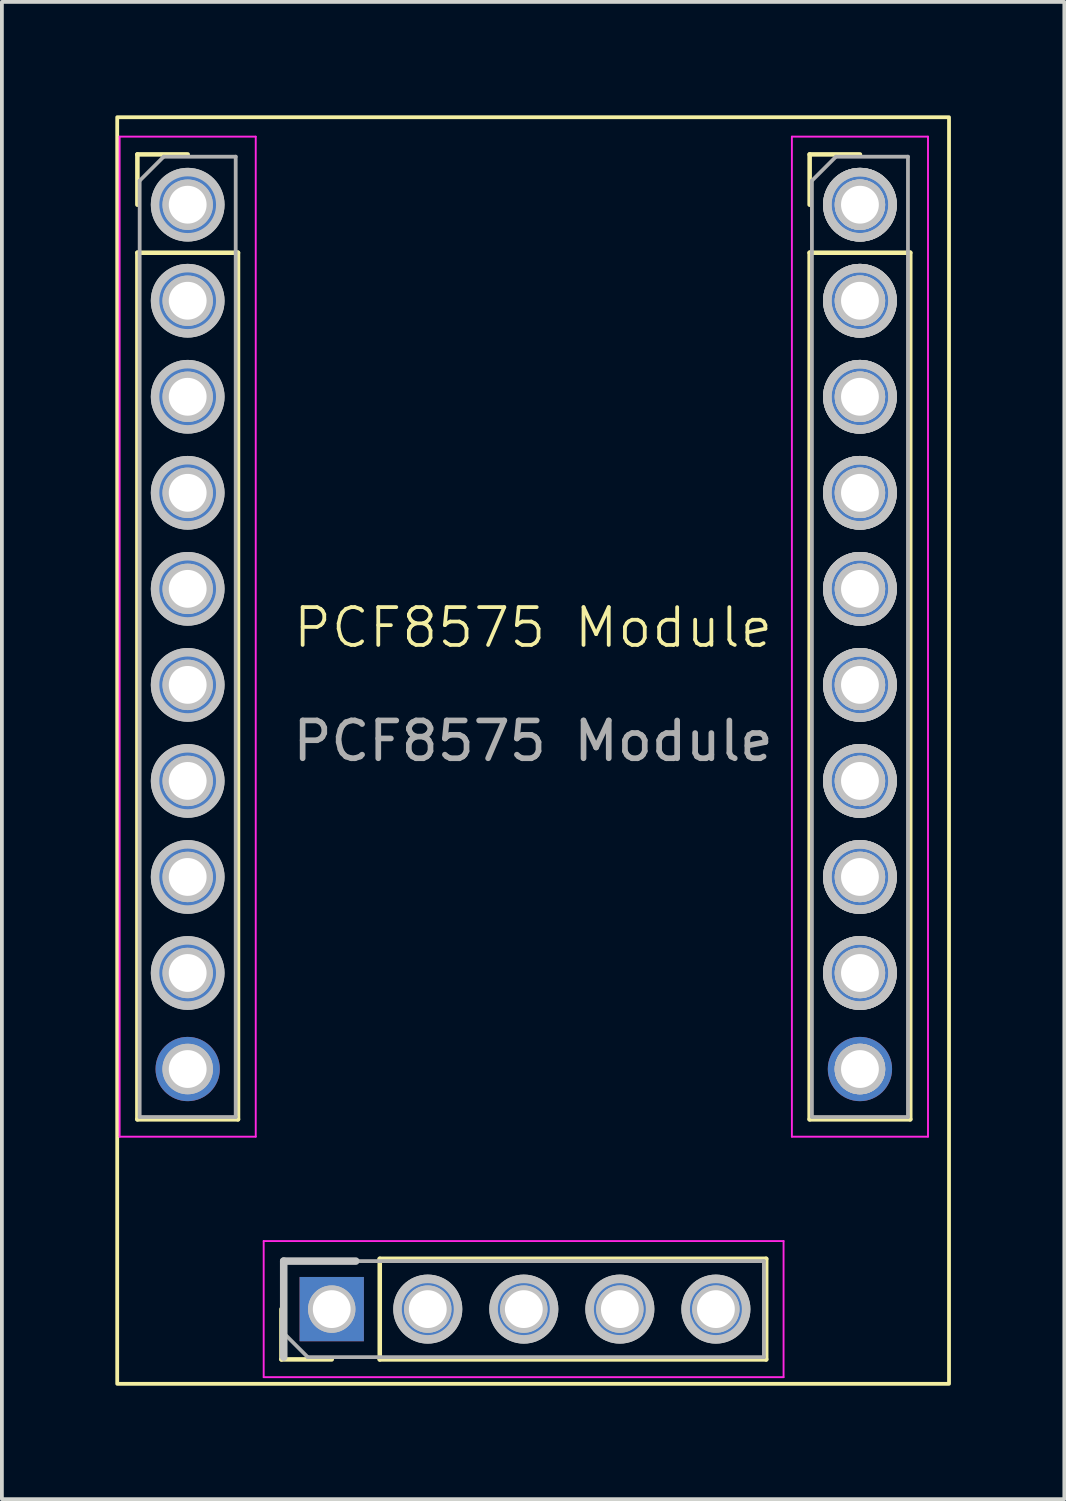
<source format=kicad_pcb>
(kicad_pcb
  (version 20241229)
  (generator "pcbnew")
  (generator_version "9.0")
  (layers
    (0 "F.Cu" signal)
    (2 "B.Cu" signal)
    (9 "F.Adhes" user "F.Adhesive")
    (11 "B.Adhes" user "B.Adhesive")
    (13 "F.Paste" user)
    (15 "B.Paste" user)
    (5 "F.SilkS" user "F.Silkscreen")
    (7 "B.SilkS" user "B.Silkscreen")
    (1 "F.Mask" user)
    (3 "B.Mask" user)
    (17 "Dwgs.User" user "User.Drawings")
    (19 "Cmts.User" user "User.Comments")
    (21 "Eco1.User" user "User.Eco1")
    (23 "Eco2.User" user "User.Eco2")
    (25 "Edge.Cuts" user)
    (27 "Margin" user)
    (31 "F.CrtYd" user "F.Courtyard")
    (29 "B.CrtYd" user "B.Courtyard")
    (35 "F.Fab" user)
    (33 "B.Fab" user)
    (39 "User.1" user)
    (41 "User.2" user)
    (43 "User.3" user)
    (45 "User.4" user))
  (footprint "PCF8575 Module"
    (layer "F.Cu")
    (at 11.05 14.05)
    (property "Reference" "PCF8575 Module" (at 0 -0.5 0) (unlocked yes) (layer "F.SilkS") (effects (font (size 1 1) (thickness 0.1))))
    (attr through_hole)
    (fp_line (start -10.466 -13.016) (end -9.136 -13.016) (stroke (width 0.12) (type solid)) (layer "F.SilkS"))
    (fp_line (start -10.466 -11.686) (end -10.466 -13.016) (stroke (width 0.12) (type solid)) (layer "F.SilkS"))
    (fp_line (start -10.466 -10.416) (end -10.466 12.504) (stroke (width 0.12) (type solid)) (layer "F.SilkS"))
    (fp_line (start -10.466 -10.416) (end -7.806 -10.416) (stroke (width 0.12) (type solid)) (layer "F.SilkS"))
    (fp_line (start -10.466 12.504) (end -7.806 12.504) (stroke (width 0.12) (type solid)) (layer "F.SilkS"))
    (fp_line (start -7.806 -10.416) (end -7.806 12.504) (stroke (width 0.12) (type solid)) (layer "F.SilkS"))
    (fp_line (start -6.656 18.854) (end -6.656 17.524) (stroke (width 0.12) (type solid)) (layer "F.SilkS"))
    (fp_line (start -5.326 18.854) (end -6.656 18.854) (stroke (width 0.12) (type solid)) (layer "F.SilkS"))
    (fp_line (start -4.056 16.194) (end 6.164 16.194) (stroke (width 0.12) (type solid)) (layer "F.SilkS"))
    (fp_line (start -4.056 18.854) (end -4.056 16.194) (stroke (width 0.12) (type solid)) (layer "F.SilkS"))
    (fp_line (start -4.056 18.854) (end 6.164 18.854) (stroke (width 0.12) (type solid)) (layer "F.SilkS"))
    (fp_line (start 6.164 18.854) (end 6.164 16.194) (stroke (width 0.12) (type solid)) (layer "F.SilkS"))
    (fp_line (start 7.314 -13.016) (end 8.644 -13.016) (stroke (width 0.12) (type solid)) (layer "F.SilkS"))
    (fp_line (start 7.314 -11.686) (end 7.314 -13.016) (stroke (width 0.12) (type solid)) (layer "F.SilkS"))
    (fp_line (start 7.314 -10.416) (end 7.314 12.504) (stroke (width 0.12) (type solid)) (layer "F.SilkS"))
    (fp_line (start 7.314 -10.416) (end 9.974 -10.416) (stroke (width 0.12) (type solid)) (layer "F.SilkS"))
    (fp_line (start 7.314 12.504) (end 9.974 12.504) (stroke (width 0.12) (type solid)) (layer "F.SilkS"))
    (fp_line (start 9.974 -10.416) (end 9.974 12.504) (stroke (width 0.12) (type solid)) (layer "F.SilkS"))
    (fp_rect (start -11 -14) (end 11 19.5) (stroke (width 0.1) (type default)) (fill no) (layer "F.SilkS"))
    (fp_line (start -6.596 16.254) (end -6.596 18.794) (stroke (width 0.2) (type default)) (layer "Dwgs.User"))
    (fp_line (start -4.691 16.254) (end -6.596 16.254) (stroke (width 0.2) (type default)) (layer "Dwgs.User"))
    (fp_circle (center -9.136 -11.686) (end -8.586 -11.686) (stroke (width 0.2) (type default)) (fill no) (layer "Dwgs.User"))
    (fp_circle (center -9.136 -11.686) (end -8.57 -11.686) (stroke (width 0.2) (type default)) (fill no) (layer "Dwgs.User"))
    (fp_circle (center -9.136 -11.686) (end -8.57 -11.686) (stroke (width 0.2) (type default)) (fill no) (layer "Dwgs.User"))
    (fp_circle (center -9.136 -9.146) (end -8.586 -9.146) (stroke (width 0.2) (type default)) (fill no) (layer "Dwgs.User"))
    (fp_circle (center -9.136 -9.146) (end -8.57 -9.146) (stroke (width 0.2) (type default)) (fill no) (layer "Dwgs.User"))
    (fp_circle (center -9.136 -9.146) (end -8.57 -9.146) (stroke (width 0.2) (type default)) (fill no) (layer "Dwgs.User"))
    (fp_circle (center -9.136 -6.606) (end -8.586 -6.606) (stroke (width 0.2) (type default)) (fill no) (layer "Dwgs.User"))
    (fp_circle (center -9.136 -6.606) (end -8.57 -6.606) (stroke (width 0.2) (type default)) (fill no) (layer "Dwgs.User"))
    (fp_circle (center -9.136 -6.606) (end -8.57 -6.606) (stroke (width 0.2) (type default)) (fill no) (layer "Dwgs.User"))
    (fp_circle (center -9.136 -4.066) (end -8.586 -4.066) (stroke (width 0.2) (type default)) (fill no) (layer "Dwgs.User"))
    (fp_circle (center -9.136 -4.066) (end -8.57 -4.066) (stroke (width 0.2) (type default)) (fill no) (layer "Dwgs.User"))
    (fp_circle (center -9.136 -4.066) (end -8.57 -4.066) (stroke (width 0.2) (type default)) (fill no) (layer "Dwgs.User"))
    (fp_circle (center -9.136 -1.526) (end -8.586 -1.526) (stroke (width 0.2) (type default)) (fill no) (layer "Dwgs.User"))
    (fp_circle (center -9.136 -1.526) (end -8.57 -1.526) (stroke (width 0.2) (type default)) (fill no) (layer "Dwgs.User"))
    (fp_circle (center -9.136 -1.526) (end -8.57 -1.526) (stroke (width 0.2) (type default)) (fill no) (layer "Dwgs.User"))
    (fp_circle (center -9.136 1.014) (end -8.586 1.014) (stroke (width 0.2) (type default)) (fill no) (layer "Dwgs.User"))
    (fp_circle (center -9.136 1.014) (end -8.57 1.014) (stroke (width 0.2) (type default)) (fill no) (layer "Dwgs.User"))
    (fp_circle (center -9.136 1.014) (end -8.57 1.014) (stroke (width 0.2) (type default)) (fill no) (layer "Dwgs.User"))
    (fp_circle (center -9.136 3.554) (end -8.586 3.554) (stroke (width 0.2) (type default)) (fill no) (layer "Dwgs.User"))
    (fp_circle (center -9.136 3.554) (end -8.57 3.554) (stroke (width 0.2) (type default)) (fill no) (layer "Dwgs.User"))
    (fp_circle (center -9.136 3.554) (end -8.57 3.554) (stroke (width 0.2) (type default)) (fill no) (layer "Dwgs.User"))
    (fp_circle (center -9.136 6.094) (end -8.586 6.094) (stroke (width 0.2) (type default)) (fill no) (layer "Dwgs.User"))
    (fp_circle (center -9.136 6.094) (end -8.57 6.094) (stroke (width 0.2) (type default)) (fill no) (layer "Dwgs.User"))
    (fp_circle (center -9.136 6.094) (end -8.57 6.094) (stroke (width 0.2) (type default)) (fill no) (layer "Dwgs.User"))
    (fp_circle (center -9.136 8.634) (end -8.586 8.634) (stroke (width 0.2) (type default)) (fill no) (layer "Dwgs.User"))
    (fp_circle (center -9.136 8.634) (end -8.57 8.634) (stroke (width 0.2) (type default)) (fill no) (layer "Dwgs.User"))
    (fp_circle (center -9.136 8.634) (end -8.57 8.634) (stroke (width 0.2) (type default)) (fill no) (layer "Dwgs.User"))
    (fp_circle (center -9.136 11.174) (end -8.586 11.174) (stroke (width 0.2) (type default)) (fill no) (layer "Dwgs.User"))
    (fp_circle (center -9.136 11.174) (end -8.568 11.174) (stroke (width 0.2) (type default)) (fill no) (layer "Dwgs.User"))
    (fp_circle (center -9.136 11.174) (end -8.568 11.174) (stroke (width 0.2) (type default)) (fill no) (layer "Dwgs.User"))
    (fp_circle (center -9.136 -11.686) (end -8.286 -11.686) (stroke (width 0.2) (type default)) (fill no) (layer "Dwgs.User"))
    (fp_circle (center -9.136 -11.686) (end -8.261 -11.686) (stroke (width 0.2) (type default)) (fill no) (layer "Dwgs.User"))
    (fp_circle (center -9.136 -11.686) (end -8.261 -11.686) (stroke (width 0.2) (type default)) (fill no) (layer "Dwgs.User"))
    (fp_circle (center -9.136 -9.146) (end -8.286 -9.146) (stroke (width 0.2) (type default)) (fill no) (layer "Dwgs.User"))
    (fp_circle (center -9.136 -9.146) (end -8.261 -9.146) (stroke (width 0.2) (type default)) (fill no) (layer "Dwgs.User"))
    (fp_circle (center -9.136 -9.146) (end -8.261 -9.146) (stroke (width 0.2) (type default)) (fill no) (layer "Dwgs.User"))
    (fp_circle (center -9.136 -6.606) (end -8.286 -6.606) (stroke (width 0.2) (type default)) (fill no) (layer "Dwgs.User"))
    (fp_circle (center -9.136 -6.606) (end -8.261 -6.606) (stroke (width 0.2) (type default)) (fill no) (layer "Dwgs.User"))
    (fp_circle (center -9.136 -6.606) (end -8.261 -6.606) (stroke (width 0.2) (type default)) (fill no) (layer "Dwgs.User"))
    (fp_circle (center -9.136 -4.066) (end -8.286 -4.066) (stroke (width 0.2) (type default)) (fill no) (layer "Dwgs.User"))
    (fp_circle (center -9.136 -4.066) (end -8.261 -4.066) (stroke (width 0.2) (type default)) (fill no) (layer "Dwgs.User"))
    (fp_circle (center -9.136 -4.066) (end -8.261 -4.066) (stroke (width 0.2) (type default)) (fill no) (layer "Dwgs.User"))
    (fp_circle (center -9.136 -1.526) (end -8.286 -1.526) (stroke (width 0.2) (type default)) (fill no) (layer "Dwgs.User"))
    (fp_circle (center -9.136 -1.526) (end -8.261 -1.526) (stroke (width 0.2) (type default)) (fill no) (layer "Dwgs.User"))
    (fp_circle (center -9.136 -1.526) (end -8.261 -1.526) (stroke (width 0.2) (type default)) (fill no) (layer "Dwgs.User"))
    (fp_circle (center -9.136 1.014) (end -8.286 1.014) (stroke (width 0.2) (type default)) (fill no) (layer "Dwgs.User"))
    (fp_circle (center -9.136 1.014) (end -8.261 1.014) (stroke (width 0.2) (type default)) (fill no) (layer "Dwgs.User"))
    (fp_circle (center -9.136 1.014) (end -8.261 1.014) (stroke (width 0.2) (type default)) (fill no) (layer "Dwgs.User"))
    (fp_circle (center -9.136 3.554) (end -8.286 3.554) (stroke (width 0.2) (type default)) (fill no) (layer "Dwgs.User"))
    (fp_circle (center -9.136 3.554) (end -8.261 3.554) (stroke (width 0.2) (type default)) (fill no) (layer "Dwgs.User"))
    (fp_circle (center -9.136 3.554) (end -8.261 3.554) (stroke (width 0.2) (type default)) (fill no) (layer "Dwgs.User"))
    (fp_circle (center -9.136 6.094) (end -8.286 6.094) (stroke (width 0.2) (type default)) (fill no) (layer "Dwgs.User"))
    (fp_circle (center -9.136 6.094) (end -8.261 6.094) (stroke (width 0.2) (type default)) (fill no) (layer "Dwgs.User"))
    (fp_circle (center -9.136 6.094) (end -8.261 6.094) (stroke (width 0.2) (type default)) (fill no) (layer "Dwgs.User"))
    (fp_circle (center -9.136 8.634) (end -8.286 8.634) (stroke (width 0.2) (type default)) (fill no) (layer "Dwgs.User"))
    (fp_circle (center -9.136 8.634) (end -8.261 8.634) (stroke (width 0.2) (type default)) (fill no) (layer "Dwgs.User"))
    (fp_circle (center -9.136 8.634) (end -8.261 8.634) (stroke (width 0.2) (type default)) (fill no) (layer "Dwgs.User"))
    (fp_circle (center -5.326 17.524) (end -4.816 17.524) (stroke (width 0.2) (type default)) (fill no) (layer "Dwgs.User"))
    (fp_circle (center -5.326 17.524) (end -4.8 17.524) (stroke (width 0.2) (type default)) (fill no) (layer "Dwgs.User"))
    (fp_circle (center -5.326 17.524) (end -4.8 17.524) (stroke (width 0.2) (type default)) (fill no) (layer "Dwgs.User"))
    (fp_circle (center -2.786 17.524) (end -2.276 17.524) (stroke (width 0.2) (type default)) (fill no) (layer "Dwgs.User"))
    (fp_circle (center -2.786 17.524) (end -2.26 17.524) (stroke (width 0.2) (type default)) (fill no) (layer "Dwgs.User"))
    (fp_circle (center -2.786 17.524) (end -2.26 17.524) (stroke (width 0.2) (type default)) (fill no) (layer "Dwgs.User"))
    (fp_circle (center -2.786 17.524) (end -1.999 17.524) (stroke (width 0.2) (type default)) (fill no) (layer "Dwgs.User"))
    (fp_circle (center -2.786 17.524) (end -1.973 17.524) (stroke (width 0.2) (type default)) (fill no) (layer "Dwgs.User"))
    (fp_circle (center -2.786 17.524) (end -1.973 17.524) (stroke (width 0.2) (type default)) (fill no) (layer "Dwgs.User"))
    (fp_circle (center -0.246 17.524) (end 0.264 17.524) (stroke (width 0.2) (type default)) (fill no) (layer "Dwgs.User"))
    (fp_circle (center -0.246 17.524) (end 0.28 17.524) (stroke (width 0.2) (type default)) (fill no) (layer "Dwgs.User"))
    (fp_circle (center -0.246 17.524) (end 0.28 17.524) (stroke (width 0.2) (type default)) (fill no) (layer "Dwgs.User"))
    (fp_circle (center -0.246 17.524) (end 0.541 17.524) (stroke (width 0.2) (type default)) (fill no) (layer "Dwgs.User"))
    (fp_circle (center -0.246 17.524) (end 0.567 17.524) (stroke (width 0.2) (type default)) (fill no) (layer "Dwgs.User"))
    (fp_circle (center -0.246 17.524) (end 0.567 17.524) (stroke (width 0.2) (type default)) (fill no) (layer "Dwgs.User"))
    (fp_circle (center 2.294 17.524) (end 2.804 17.524) (stroke (width 0.2) (type default)) (fill no) (layer "Dwgs.User"))
    (fp_circle (center 2.294 17.524) (end 2.82 17.524) (stroke (width 0.2) (type default)) (fill no) (layer "Dwgs.User"))
    (fp_circle (center 2.294 17.524) (end 2.82 17.524) (stroke (width 0.2) (type default)) (fill no) (layer "Dwgs.User"))
    (fp_circle (center 2.294 17.524) (end 3.081 17.524) (stroke (width 0.2) (type default)) (fill no) (layer "Dwgs.User"))
    (fp_circle (center 2.294 17.524) (end 3.107 17.524) (stroke (width 0.2) (type default)) (fill no) (layer "Dwgs.User"))
    (fp_circle (center 2.294 17.524) (end 3.107 17.524) (stroke (width 0.2) (type default)) (fill no) (layer "Dwgs.User"))
    (fp_circle (center 4.834 17.524) (end 5.344 17.524) (stroke (width 0.2) (type default)) (fill no) (layer "Dwgs.User"))
    (fp_circle (center 4.834 17.524) (end 5.36 17.524) (stroke (width 0.2) (type default)) (fill no) (layer "Dwgs.User"))
    (fp_circle (center 4.834 17.524) (end 5.36 17.524) (stroke (width 0.2) (type default)) (fill no) (layer "Dwgs.User"))
    (fp_circle (center 4.834 17.524) (end 5.621 17.524) (stroke (width 0.2) (type default)) (fill no) (layer "Dwgs.User"))
    (fp_circle (center 4.834 17.524) (end 5.647 17.524) (stroke (width 0.2) (type default)) (fill no) (layer "Dwgs.User"))
    (fp_circle (center 4.834 17.524) (end 5.647 17.524) (stroke (width 0.2) (type default)) (fill no) (layer "Dwgs.User"))
    (fp_circle (center 8.644 -11.686) (end 9.194 -11.686) (stroke (width 0.2) (type default)) (fill no) (layer "Dwgs.User"))
    (fp_circle (center 8.644 -11.686) (end 9.194 -11.686) (stroke (width 0.2) (type default)) (fill no) (layer "Dwgs.User"))
    (fp_circle (center 8.644 -11.686) (end 9.21 -11.686) (stroke (width 0.2) (type default)) (fill no) (layer "Dwgs.User"))
    (fp_circle (center 8.644 -11.686) (end 9.21 -11.686) (stroke (width 0.2) (type default)) (fill no) (layer "Dwgs.User"))
    (fp_circle (center 8.644 -11.686) (end 9.21 -11.686) (stroke (width 0.2) (type default)) (fill no) (layer "Dwgs.User"))
    (fp_circle (center 8.644 -11.686) (end 9.21 -11.686) (stroke (width 0.2) (type default)) (fill no) (layer "Dwgs.User"))
    (fp_circle (center 8.644 -9.146) (end 9.194 -9.146) (stroke (width 0.2) (type default)) (fill no) (layer "Dwgs.User"))
    (fp_circle (center 8.644 -9.146) (end 9.194 -9.146) (stroke (width 0.2) (type default)) (fill no) (layer "Dwgs.User"))
    (fp_circle (center 8.644 -9.146) (end 9.21 -9.146) (stroke (width 0.2) (type default)) (fill no) (layer "Dwgs.User"))
    (fp_circle (center 8.644 -9.146) (end 9.21 -9.146) (stroke (width 0.2) (type default)) (fill no) (layer "Dwgs.User"))
    (fp_circle (center 8.644 -9.146) (end 9.21 -9.146) (stroke (width 0.2) (type default)) (fill no) (layer "Dwgs.User"))
    (fp_circle (center 8.644 -9.146) (end 9.21 -9.146) (stroke (width 0.2) (type default)) (fill no) (layer "Dwgs.User"))
    (fp_circle (center 8.644 -6.606) (end 9.194 -6.606) (stroke (width 0.2) (type default)) (fill no) (layer "Dwgs.User"))
    (fp_circle (center 8.644 -6.606) (end 9.194 -6.606) (stroke (width 0.2) (type default)) (fill no) (layer "Dwgs.User"))
    (fp_circle (center 8.644 -6.606) (end 9.21 -6.606) (stroke (width 0.2) (type default)) (fill no) (layer "Dwgs.User"))
    (fp_circle (center 8.644 -6.606) (end 9.21 -6.606) (stroke (width 0.2) (type default)) (fill no) (layer "Dwgs.User"))
    (fp_circle (center 8.644 -6.606) (end 9.21 -6.606) (stroke (width 0.2) (type default)) (fill no) (layer "Dwgs.User"))
    (fp_circle (center 8.644 -6.606) (end 9.21 -6.606) (stroke (width 0.2) (type default)) (fill no) (layer "Dwgs.User"))
    (fp_circle (center 8.644 -4.066) (end 9.194 -4.066) (stroke (width 0.2) (type default)) (fill no) (layer "Dwgs.User"))
    (fp_circle (center 8.644 -4.066) (end 9.194 -4.066) (stroke (width 0.2) (type default)) (fill no) (layer "Dwgs.User"))
    (fp_circle (center 8.644 -4.066) (end 9.21 -4.066) (stroke (width 0.2) (type default)) (fill no) (layer "Dwgs.User"))
    (fp_circle (center 8.644 -4.066) (end 9.21 -4.066) (stroke (width 0.2) (type default)) (fill no) (layer "Dwgs.User"))
    (fp_circle (center 8.644 -4.066) (end 9.21 -4.066) (stroke (width 0.2) (type default)) (fill no) (layer "Dwgs.User"))
    (fp_circle (center 8.644 -4.066) (end 9.21 -4.066) (stroke (width 0.2) (type default)) (fill no) (layer "Dwgs.User"))
    (fp_circle (center 8.644 -1.526) (end 9.194 -1.526) (stroke (width 0.2) (type default)) (fill no) (layer "Dwgs.User"))
    (fp_circle (center 8.644 -1.526) (end 9.194 -1.526) (stroke (width 0.2) (type default)) (fill no) (layer "Dwgs.User"))
    (fp_circle (center 8.644 -1.526) (end 9.21 -1.526) (stroke (width 0.2) (type default)) (fill no) (layer "Dwgs.User"))
    (fp_circle (center 8.644 -1.526) (end 9.21 -1.526) (stroke (width 0.2) (type default)) (fill no) (layer "Dwgs.User"))
    (fp_circle (center 8.644 -1.526) (end 9.21 -1.526) (stroke (width 0.2) (type default)) (fill no) (layer "Dwgs.User"))
    (fp_circle (center 8.644 -1.526) (end 9.21 -1.526) (stroke (width 0.2) (type default)) (fill no) (layer "Dwgs.User"))
    (fp_circle (center 8.644 1.014) (end 9.194 1.014) (stroke (width 0.2) (type default)) (fill no) (layer "Dwgs.User"))
    (fp_circle (center 8.644 1.014) (end 9.194 1.014) (stroke (width 0.2) (type default)) (fill no) (layer "Dwgs.User"))
    (fp_circle (center 8.644 1.014) (end 9.21 1.014) (stroke (width 0.2) (type default)) (fill no) (layer "Dwgs.User"))
    (fp_circle (center 8.644 1.014) (end 9.21 1.014) (stroke (width 0.2) (type default)) (fill no) (layer "Dwgs.User"))
    (fp_circle (center 8.644 1.014) (end 9.21 1.014) (stroke (width 0.2) (type default)) (fill no) (layer "Dwgs.User"))
    (fp_circle (center 8.644 1.014) (end 9.21 1.014) (stroke (width 0.2) (type default)) (fill no) (layer "Dwgs.User"))
    (fp_circle (center 8.644 3.554) (end 9.194 3.554) (stroke (width 0.2) (type default)) (fill no) (layer "Dwgs.User"))
    (fp_circle (center 8.644 3.554) (end 9.194 3.554) (stroke (width 0.2) (type default)) (fill no) (layer "Dwgs.User"))
    (fp_circle (center 8.644 3.554) (end 9.21 3.554) (stroke (width 0.2) (type default)) (fill no) (layer "Dwgs.User"))
    (fp_circle (center 8.644 3.554) (end 9.21 3.554) (stroke (width 0.2) (type default)) (fill no) (layer "Dwgs.User"))
    (fp_circle (center 8.644 3.554) (end 9.21 3.554) (stroke (width 0.2) (type default)) (fill no) (layer "Dwgs.User"))
    (fp_circle (center 8.644 3.554) (end 9.21 3.554) (stroke (width 0.2) (type default)) (fill no) (layer "Dwgs.User"))
    (fp_circle (center 8.644 6.094) (end 9.194 6.094) (stroke (width 0.2) (type default)) (fill no) (layer "Dwgs.User"))
    (fp_circle (center 8.644 6.094) (end 9.194 6.094) (stroke (width 0.2) (type default)) (fill no) (layer "Dwgs.User"))
    (fp_circle (center 8.644 6.094) (end 9.21 6.094) (stroke (width 0.2) (type default)) (fill no) (layer "Dwgs.User"))
    (fp_circle (center 8.644 6.094) (end 9.21 6.094) (stroke (width 0.2) (type default)) (fill no) (layer "Dwgs.User"))
    (fp_circle (center 8.644 6.094) (end 9.21 6.094) (stroke (width 0.2) (type default)) (fill no) (layer "Dwgs.User"))
    (fp_circle (center 8.644 6.094) (end 9.21 6.094) (stroke (width 0.2) (type default)) (fill no) (layer "Dwgs.User"))
    (fp_circle (center 8.644 8.634) (end 9.194 8.634) (stroke (width 0.2) (type default)) (fill no) (layer "Dwgs.User"))
    (fp_circle (center 8.644 8.634) (end 9.194 8.634) (stroke (width 0.2) (type default)) (fill no) (layer "Dwgs.User"))
    (fp_circle (center 8.644 8.634) (end 9.21 8.634) (stroke (width 0.2) (type default)) (fill no) (layer "Dwgs.User"))
    (fp_circle (center 8.644 8.634) (end 9.21 8.634) (stroke (width 0.2) (type default)) (fill no) (layer "Dwgs.User"))
    (fp_circle (center 8.644 8.634) (end 9.21 8.634) (stroke (width 0.2) (type default)) (fill no) (layer "Dwgs.User"))
    (fp_circle (center 8.644 8.634) (end 9.21 8.634) (stroke (width 0.2) (type default)) (fill no) (layer "Dwgs.User"))
    (fp_circle (center 8.644 11.174) (end 9.194 11.174) (stroke (width 0.2) (type default)) (fill no) (layer "Dwgs.User"))
    (fp_circle (center 8.644 11.174) (end 9.194 11.174) (stroke (width 0.2) (type default)) (fill no) (layer "Dwgs.User"))
    (fp_circle (center 8.644 11.174) (end 9.212 11.174) (stroke (width 0.2) (type default)) (fill no) (layer "Dwgs.User"))
    (fp_circle (center 8.644 11.174) (end 9.212 11.174) (stroke (width 0.2) (type default)) (fill no) (layer "Dwgs.User"))
    (fp_circle (center 8.644 11.174) (end 9.212 11.174) (stroke (width 0.2) (type default)) (fill no) (layer "Dwgs.User"))
    (fp_circle (center 8.644 11.174) (end 9.212 11.174) (stroke (width 0.2) (type default)) (fill no) (layer "Dwgs.User"))
    (fp_circle (center 8.644 -11.686) (end 9.494 -11.686) (stroke (width 0.2) (type default)) (fill no) (layer "Dwgs.User"))
    (fp_circle (center 8.644 -11.686) (end 9.519 -11.686) (stroke (width 0.2) (type default)) (fill no) (layer "Dwgs.User"))
    (fp_circle (center 8.644 -11.686) (end 9.519 -11.686) (stroke (width 0.2) (type default)) (fill no) (layer "Dwgs.User"))
    (fp_circle (center 8.644 -9.146) (end 9.494 -9.146) (stroke (width 0.2) (type default)) (fill no) (layer "Dwgs.User"))
    (fp_circle (center 8.644 -9.146) (end 9.519 -9.146) (stroke (width 0.2) (type default)) (fill no) (layer "Dwgs.User"))
    (fp_circle (center 8.644 -9.146) (end 9.519 -9.146) (stroke (width 0.2) (type default)) (fill no) (layer "Dwgs.User"))
    (fp_circle (center 8.644 -6.606) (end 9.494 -6.606) (stroke (width 0.2) (type default)) (fill no) (layer "Dwgs.User"))
    (fp_circle (center 8.644 -6.606) (end 9.519 -6.606) (stroke (width 0.2) (type default)) (fill no) (layer "Dwgs.User"))
    (fp_circle (center 8.644 -6.606) (end 9.519 -6.606) (stroke (width 0.2) (type default)) (fill no) (layer "Dwgs.User"))
    (fp_circle (center 8.644 -4.066) (end 9.494 -4.066) (stroke (width 0.2) (type default)) (fill no) (layer "Dwgs.User"))
    (fp_circle (center 8.644 -4.066) (end 9.519 -4.066) (stroke (width 0.2) (type default)) (fill no) (layer "Dwgs.User"))
    (fp_circle (center 8.644 -4.066) (end 9.519 -4.066) (stroke (width 0.2) (type default)) (fill no) (layer "Dwgs.User"))
    (fp_circle (center 8.644 -1.526) (end 9.494 -1.526) (stroke (width 0.2) (type default)) (fill no) (layer "Dwgs.User"))
    (fp_circle (center 8.644 -1.526) (end 9.519 -1.526) (stroke (width 0.2) (type default)) (fill no) (layer "Dwgs.User"))
    (fp_circle (center 8.644 -1.526) (end 9.519 -1.526) (stroke (width 0.2) (type default)) (fill no) (layer "Dwgs.User"))
    (fp_circle (center 8.644 1.014) (end 9.494 1.014) (stroke (width 0.2) (type default)) (fill no) (layer "Dwgs.User"))
    (fp_circle (center 8.644 1.014) (end 9.519 1.014) (stroke (width 0.2) (type default)) (fill no) (layer "Dwgs.User"))
    (fp_circle (center 8.644 1.014) (end 9.519 1.014) (stroke (width 0.2) (type default)) (fill no) (layer "Dwgs.User"))
    (fp_circle (center 8.644 3.554) (end 9.494 3.554) (stroke (width 0.2) (type default)) (fill no) (layer "Dwgs.User"))
    (fp_circle (center 8.644 3.554) (end 9.519 3.554) (stroke (width 0.2) (type default)) (fill no) (layer "Dwgs.User"))
    (fp_circle (center 8.644 3.554) (end 9.519 3.554) (stroke (width 0.2) (type default)) (fill no) (layer "Dwgs.User"))
    (fp_circle (center 8.644 6.094) (end 9.494 6.094) (stroke (width 0.2) (type default)) (fill no) (layer "Dwgs.User"))
    (fp_circle (center 8.644 6.094) (end 9.519 6.094) (stroke (width 0.2) (type default)) (fill no) (layer "Dwgs.User"))
    (fp_circle (center 8.644 6.094) (end 9.519 6.094) (stroke (width 0.2) (type default)) (fill no) (layer "Dwgs.User"))
    (fp_circle (center 8.644 8.634) (end 9.494 8.634) (stroke (width 0.2) (type default)) (fill no) (layer "Dwgs.User"))
    (fp_circle (center 8.644 8.634) (end 9.519 8.634) (stroke (width 0.2) (type default)) (fill no) (layer "Dwgs.User"))
    (fp_circle (center 8.644 8.634) (end 9.519 8.634) (stroke (width 0.2) (type default)) (fill no) (layer "Dwgs.User"))
    (fp_circle (center 8.644 -11.686) (end 9.494 -11.686) (stroke (width 0.2) (type default)) (fill no) (layer "Dwgs.User"))
    (fp_circle (center 8.644 -11.686) (end 9.519 -11.686) (stroke (width 0.2) (type default)) (fill no) (layer "Dwgs.User"))
    (fp_circle (center 8.644 -11.686) (end 9.519 -11.686) (stroke (width 0.2) (type default)) (fill no) (layer "Dwgs.User"))
    (fp_circle (center 8.644 -9.146) (end 9.494 -9.146) (stroke (width 0.2) (type default)) (fill no) (layer "Dwgs.User"))
    (fp_circle (center 8.644 -9.146) (end 9.519 -9.146) (stroke (width 0.2) (type default)) (fill no) (layer "Dwgs.User"))
    (fp_circle (center 8.644 -9.146) (end 9.519 -9.146) (stroke (width 0.2) (type default)) (fill no) (layer "Dwgs.User"))
    (fp_circle (center 8.644 -6.606) (end 9.494 -6.606) (stroke (width 0.2) (type default)) (fill no) (layer "Dwgs.User"))
    (fp_circle (center 8.644 -6.606) (end 9.519 -6.606) (stroke (width 0.2) (type default)) (fill no) (layer "Dwgs.User"))
    (fp_circle (center 8.644 -6.606) (end 9.519 -6.606) (stroke (width 0.2) (type default)) (fill no) (layer "Dwgs.User"))
    (fp_circle (center 8.644 -4.066) (end 9.494 -4.066) (stroke (width 0.2) (type default)) (fill no) (layer "Dwgs.User"))
    (fp_circle (center 8.644 -4.066) (end 9.519 -4.066) (stroke (width 0.2) (type default)) (fill no) (layer "Dwgs.User"))
    (fp_circle (center 8.644 -4.066) (end 9.519 -4.066) (stroke (width 0.2) (type default)) (fill no) (layer "Dwgs.User"))
    (fp_circle (center 8.644 -1.526) (end 9.494 -1.526) (stroke (width 0.2) (type default)) (fill no) (layer "Dwgs.User"))
    (fp_circle (center 8.644 -1.526) (end 9.519 -1.526) (stroke (width 0.2) (type default)) (fill no) (layer "Dwgs.User"))
    (fp_circle (center 8.644 -1.526) (end 9.519 -1.526) (stroke (width 0.2) (type default)) (fill no) (layer "Dwgs.User"))
    (fp_circle (center 8.644 1.014) (end 9.494 1.014) (stroke (width 0.2) (type default)) (fill no) (layer "Dwgs.User"))
    (fp_circle (center 8.644 1.014) (end 9.519 1.014) (stroke (width 0.2) (type default)) (fill no) (layer "Dwgs.User"))
    (fp_circle (center 8.644 1.014) (end 9.519 1.014) (stroke (width 0.2) (type default)) (fill no) (layer "Dwgs.User"))
    (fp_circle (center 8.644 3.554) (end 9.494 3.554) (stroke (width 0.2) (type default)) (fill no) (layer "Dwgs.User"))
    (fp_circle (center 8.644 3.554) (end 9.519 3.554) (stroke (width 0.2) (type default)) (fill no) (layer "Dwgs.User"))
    (fp_circle (center 8.644 3.554) (end 9.519 3.554) (stroke (width 0.2) (type default)) (fill no) (layer "Dwgs.User"))
    (fp_circle (center 8.644 6.094) (end 9.494 6.094) (stroke (width 0.2) (type default)) (fill no) (layer "Dwgs.User"))
    (fp_circle (center 8.644 6.094) (end 9.519 6.094) (stroke (width 0.2) (type default)) (fill no) (layer "Dwgs.User"))
    (fp_circle (center 8.644 6.094) (end 9.519 6.094) (stroke (width 0.2) (type default)) (fill no) (layer "Dwgs.User"))
    (fp_circle (center 8.644 8.634) (end 9.494 8.634) (stroke (width 0.2) (type default)) (fill no) (layer "Dwgs.User"))
    (fp_circle (center 8.644 8.634) (end 9.519 8.634) (stroke (width 0.2) (type default)) (fill no) (layer "Dwgs.User"))
    (fp_circle (center 8.644 8.634) (end 9.519 8.634) (stroke (width 0.2) (type default)) (fill no) (layer "Dwgs.User"))
    (fp_line (start -10.936 -13.486) (end -10.936 12.964) (stroke (width 0.05) (type solid)) (layer "F.CrtYd"))
    (fp_line (start -10.936 12.964) (end -7.336 12.964) (stroke (width 0.05) (type solid)) (layer "F.CrtYd"))
    (fp_line (start -7.336 -13.486) (end -10.936 -13.486) (stroke (width 0.05) (type solid)) (layer "F.CrtYd"))
    (fp_line (start -7.336 12.964) (end -7.336 -13.486) (stroke (width 0.05) (type solid)) (layer "F.CrtYd"))
    (fp_line (start -7.126 15.724) (end -7.126 19.324) (stroke (width 0.05) (type solid)) (layer "F.CrtYd"))
    (fp_line (start -7.126 19.324) (end 6.624 19.324) (stroke (width 0.05) (type solid)) (layer "F.CrtYd"))
    (fp_line (start 6.624 15.724) (end -7.126 15.724) (stroke (width 0.05) (type solid)) (layer "F.CrtYd"))
    (fp_line (start 6.624 19.324) (end 6.624 15.724) (stroke (width 0.05) (type solid)) (layer "F.CrtYd"))
    (fp_line (start 6.844 -13.486) (end 6.844 12.964) (stroke (width 0.05) (type solid)) (layer "F.CrtYd"))
    (fp_line (start 6.844 12.964) (end 10.444 12.964) (stroke (width 0.05) (type solid)) (layer "F.CrtYd"))
    (fp_line (start 10.444 -13.486) (end 6.844 -13.486) (stroke (width 0.05) (type solid)) (layer "F.CrtYd"))
    (fp_line (start 10.444 12.964) (end 10.444 -13.486) (stroke (width 0.05) (type solid)) (layer "F.CrtYd"))
    (fp_line (start -10.406 -12.321) (end -9.771 -12.956) (stroke (width 0.1) (type solid)) (layer "F.Fab"))
    (fp_line (start -10.406 12.444) (end -10.406 -12.321) (stroke (width 0.1) (type solid)) (layer "F.Fab"))
    (fp_line (start -9.771 -12.956) (end -7.866 -12.956) (stroke (width 0.1) (type solid)) (layer "F.Fab"))
    (fp_line (start -7.866 -12.956) (end -7.866 12.444) (stroke (width 0.1) (type solid)) (layer "F.Fab"))
    (fp_line (start -7.866 12.444) (end -10.406 12.444) (stroke (width 0.1) (type solid)) (layer "F.Fab"))
    (fp_line (start -6.596 16.254) (end 6.104 16.254) (stroke (width 0.1) (type solid)) (layer "F.Fab"))
    (fp_line (start -6.596 18.159) (end -6.596 16.254) (stroke (width 0.1) (type solid)) (layer "F.Fab"))
    (fp_line (start -5.961 18.794) (end -6.596 18.159) (stroke (width 0.1) (type solid)) (layer "F.Fab"))
    (fp_line (start 6.104 16.254) (end 6.104 18.794) (stroke (width 0.1) (type solid)) (layer "F.Fab"))
    (fp_line (start 6.104 18.794) (end -5.961 18.794) (stroke (width 0.1) (type solid)) (layer "F.Fab"))
    (fp_line (start 7.374 -12.321) (end 8.009 -12.956) (stroke (width 0.1) (type solid)) (layer "F.Fab"))
    (fp_line (start 7.374 12.444) (end 7.374 -12.321) (stroke (width 0.1) (type solid)) (layer "F.Fab"))
    (fp_line (start 8.009 -12.956) (end 9.914 -12.956) (stroke (width 0.1) (type solid)) (layer "F.Fab"))
    (fp_line (start 9.914 -12.956) (end 9.914 12.444) (stroke (width 0.1) (type solid)) (layer "F.Fab"))
    (fp_line (start 9.914 12.444) (end 7.374 12.444) (stroke (width 0.1) (type solid)) (layer "F.Fab"))
    (fp_text user "${REFERENCE}" (at 0 2.5 0) (unlocked yes) (layer "F.Fab") (effects (font (size 1 1) (thickness 0.15))))
    (pad "1" thru_hole rect (at -5.326 17.524 90) (size 1.7 1.7) (drill 1) (layers "*.Cu" "*.Mask"))
    (pad "2" thru_hole oval (at -2.786 17.524 90) (size 1.7 1.7) (drill 1) (layers "*.Cu" "*.Mask"))
    (pad "3" thru_hole oval (at -0.246 17.524 90) (size 1.7 1.7) (drill 1) (layers "*.Cu" "*.Mask"))
    (pad "4" thru_hole oval (at 2.294 17.524 90) (size 1.7 1.7) (drill 1) (layers "*.Cu" "*.Mask"))
    (pad "5" thru_hole oval (at 4.834 17.524 90) (size 1.7 1.7) (drill 1) (layers "*.Cu" "*.Mask"))
    (pad "6" thru_hole oval (at 8.644 11.174) (size 1.7 1.7) (drill 1) (layers "*.Cu" "*.Mask"))
    (pad "7" thru_hole oval (at 8.644 8.634) (size 1.7 1.7) (drill 1) (layers "*.Cu" "*.Mask"))
    (pad "8" thru_hole oval (at 8.644 6.094) (size 1.7 1.7) (drill 1) (layers "*.Cu" "*.Mask"))
    (pad "9" thru_hole oval (at 8.644 3.554) (size 1.7 1.7) (drill 1) (layers "*.Cu" "*.Mask"))
    (pad "10" thru_hole oval (at 8.644 1.014) (size 1.7 1.7) (drill 1) (layers "*.Cu" "*.Mask"))
    (pad "11" thru_hole oval (at 8.644 -1.526) (size 1.7 1.7) (drill 1) (layers "*.Cu" "*.Mask"))
    (pad "12" thru_hole oval (at 8.644 -4.066) (size 1.7 1.7) (drill 1) (layers "*.Cu" "*.Mask"))
    (pad "13" thru_hole oval (at 8.644 -6.606) (size 1.7 1.7) (drill 1) (layers "*.Cu" "*.Mask"))
    (pad "14" thru_hole oval (at 8.644 -9.146) (size 1.7 1.7) (drill 1) (layers "*.Cu" "*.Mask"))
    (pad "15" thru_hole circle (at 8.644 -11.686) (size 1.7 1.7) (drill 1) (layers "*.Cu" "*.Mask"))
    (pad "16" thru_hole circle (at -9.136 -11.686) (size 1.7 1.7) (drill 1) (layers "*.Cu" "*.Mask"))
    (pad "17" thru_hole oval (at -9.136 -9.146) (size 1.7 1.7) (drill 1) (layers "*.Cu" "*.Mask"))
    (pad "18" thru_hole oval (at -9.136 -6.606) (size 1.7 1.7) (drill 1) (layers "*.Cu" "*.Mask"))
    (pad "19" thru_hole oval (at -9.136 -4.066) (size 1.7 1.7) (drill 1) (layers "*.Cu" "*.Mask"))
    (pad "20" thru_hole oval (at -9.136 -1.526) (size 1.7 1.7) (drill 1) (layers "*.Cu" "*.Mask"))
    (pad "21" thru_hole oval (at -9.136 1.014) (size 1.7 1.7) (drill 1) (layers "*.Cu" "*.Mask"))
    (pad "22" thru_hole oval (at -9.136 3.554) (size 1.7 1.7) (drill 1) (layers "*.Cu" "*.Mask"))
    (pad "23" thru_hole oval (at -9.136 6.094) (size 1.7 1.7) (drill 1) (layers "*.Cu" "*.Mask"))
    (pad "24" thru_hole oval (at -9.136 8.634) (size 1.7 1.7) (drill 1) (layers "*.Cu" "*.Mask"))
    (pad "25" thru_hole oval (at -9.136 11.174) (size 1.7 1.7) (drill 1) (layers "*.Cu" "*.Mask")))
  (gr_rect
    (start -3 -3)
    (end 25.1 36.6)
    (stroke (width 0.1) (type default))
    (fill no)
    (layer "Edge.Cuts")))
</source>
